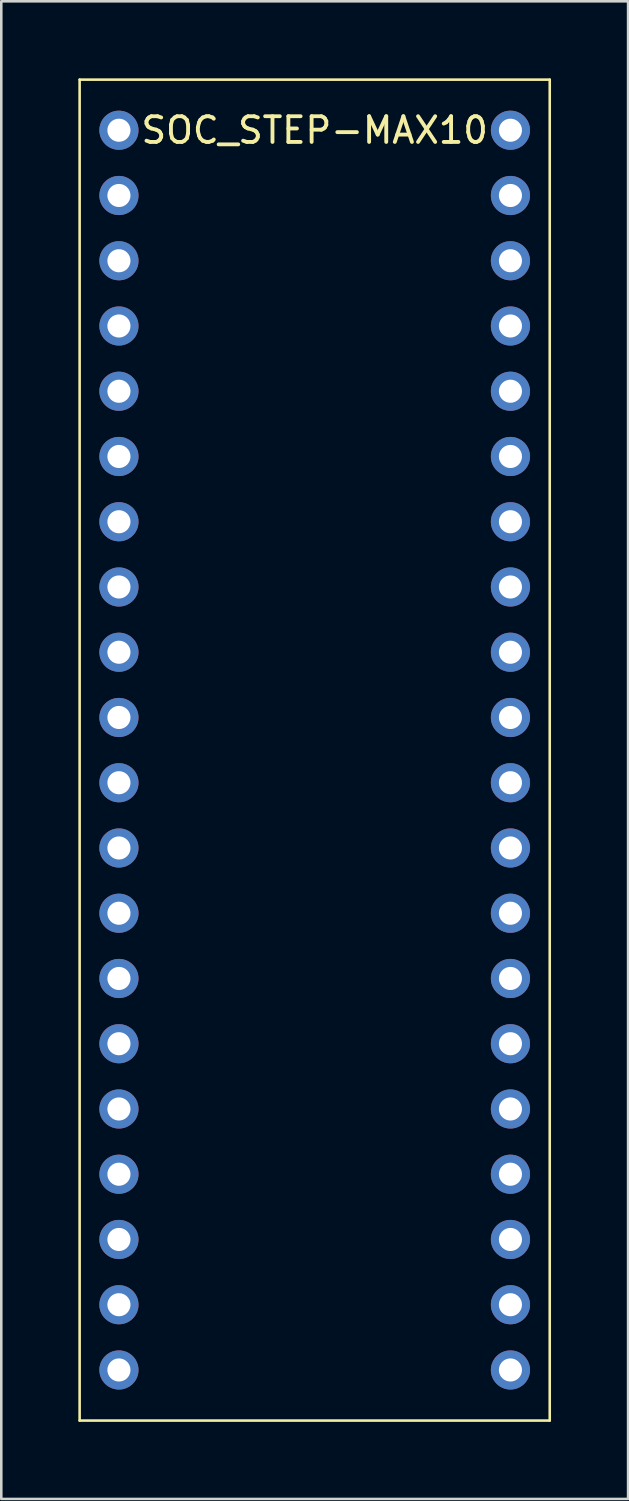
<source format=kicad_pcb>
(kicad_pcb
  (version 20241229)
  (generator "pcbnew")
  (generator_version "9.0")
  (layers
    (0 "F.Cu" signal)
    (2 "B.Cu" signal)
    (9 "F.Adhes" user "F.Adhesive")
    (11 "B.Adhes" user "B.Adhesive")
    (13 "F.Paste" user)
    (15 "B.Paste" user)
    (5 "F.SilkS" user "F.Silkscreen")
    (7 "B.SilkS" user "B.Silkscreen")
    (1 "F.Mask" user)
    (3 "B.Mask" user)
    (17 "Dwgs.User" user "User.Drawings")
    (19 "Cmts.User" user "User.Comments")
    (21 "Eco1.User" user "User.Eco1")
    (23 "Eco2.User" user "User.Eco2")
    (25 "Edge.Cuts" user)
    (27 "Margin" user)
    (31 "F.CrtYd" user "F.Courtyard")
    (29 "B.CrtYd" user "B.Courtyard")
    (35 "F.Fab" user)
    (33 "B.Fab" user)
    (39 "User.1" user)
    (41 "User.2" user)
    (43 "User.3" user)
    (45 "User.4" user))
  (footprint "SOC_STEP-MAX10"
    (layer "F.Cu")
    (at 9.2 2.02)
    (property "Reference" "SOC_STEP-MAX10" (at 0 0 0) (layer "F.SilkS") (effects (font (size 1 1) (thickness 0.15))))
    (attr through_hole)
    (fp_line (start -9.15 -1.97) (end -9.15 50.23) (stroke (width 0.1) (type solid)) (layer "F.SilkS"))
    (fp_line (start -9.15 -1.97) (end 9.15 -1.97) (stroke (width 0.1) (type solid)) (layer "F.SilkS"))
    (fp_line (start -9.15 50.23) (end 9.15 50.23) (stroke (width 0.1) (type solid)) (layer "F.SilkS"))
    (fp_line (start 9.15 -1.97) (end 9.15 50.23) (stroke (width 0.1) (type solid)) (layer "F.SilkS"))
    (pad "1" thru_hole circle (at -7.62 0) (size 1.524 1.524) (drill 0.9) (layers "*.Cu" "*.Mask"))
    (pad "2" thru_hole circle (at -7.62 2.54) (size 1.524 1.524) (drill 0.9) (layers "*.Cu" "*.Mask"))
    (pad "3" thru_hole circle (at -7.62 5.08) (size 1.524 1.524) (drill 0.9) (layers "*.Cu" "*.Mask"))
    (pad "4" thru_hole circle (at -7.62 7.62) (size 1.524 1.524) (drill 0.9) (layers "*.Cu" "*.Mask"))
    (pad "5" thru_hole circle (at -7.62 10.16) (size 1.524 1.524) (drill 0.9) (layers "*.Cu" "*.Mask"))
    (pad "6" thru_hole circle (at -7.62 12.7) (size 1.524 1.524) (drill 0.9) (layers "*.Cu" "*.Mask"))
    (pad "7" thru_hole circle (at -7.62 15.24) (size 1.524 1.524) (drill 0.9) (layers "*.Cu" "*.Mask"))
    (pad "8" thru_hole circle (at -7.62 17.78) (size 1.524 1.524) (drill 0.9) (layers "*.Cu" "*.Mask"))
    (pad "9" thru_hole circle (at -7.62 20.32) (size 1.524 1.524) (drill 0.9) (layers "*.Cu" "*.Mask"))
    (pad "10" thru_hole circle (at -7.62 22.86) (size 1.524 1.524) (drill 0.9) (layers "*.Cu" "*.Mask"))
    (pad "11" thru_hole circle (at -7.62 25.4) (size 1.524 1.524) (drill 0.9) (layers "*.Cu" "*.Mask"))
    (pad "12" thru_hole circle (at -7.62 27.94) (size 1.524 1.524) (drill 0.9) (layers "*.Cu" "*.Mask"))
    (pad "13" thru_hole circle (at -7.62 30.48) (size 1.524 1.524) (drill 0.9) (layers "*.Cu" "*.Mask"))
    (pad "14" thru_hole circle (at -7.62 33.02) (size 1.524 1.524) (drill 0.9) (layers "*.Cu" "*.Mask"))
    (pad "15" thru_hole circle (at -7.62 35.56) (size 1.524 1.524) (drill 0.9) (layers "*.Cu" "*.Mask"))
    (pad "16" thru_hole circle (at -7.62 38.1) (size 1.524 1.524) (drill 0.9) (layers "*.Cu" "*.Mask"))
    (pad "17" thru_hole circle (at -7.62 40.64) (size 1.524 1.524) (drill 0.9) (layers "*.Cu" "*.Mask"))
    (pad "18" thru_hole circle (at -7.62 43.18) (size 1.524 1.524) (drill 0.9) (layers "*.Cu" "*.Mask"))
    (pad "19" thru_hole circle (at -7.62 45.72) (size 1.524 1.524) (drill 0.9) (layers "*.Cu" "*.Mask"))
    (pad "20" thru_hole circle (at -7.62 48.26) (size 1.524 1.524) (drill 0.9) (layers "*.Cu" "*.Mask"))
    (pad "21" thru_hole circle (at 7.62 48.26) (size 1.524 1.524) (drill 0.9) (layers "*.Cu" "*.Mask"))
    (pad "22" thru_hole circle (at 7.62 45.72) (size 1.524 1.524) (drill 0.9) (layers "*.Cu" "*.Mask"))
    (pad "23" thru_hole circle (at 7.62 43.18) (size 1.524 1.524) (drill 0.9) (layers "*.Cu" "*.Mask"))
    (pad "24" thru_hole circle (at 7.62 40.64) (size 1.524 1.524) (drill 0.9) (layers "*.Cu" "*.Mask"))
    (pad "25" thru_hole circle (at 7.62 38.1) (size 1.524 1.524) (drill 0.9) (layers "*.Cu" "*.Mask"))
    (pad "26" thru_hole circle (at 7.62 35.56) (size 1.524 1.524) (drill 0.9) (layers "*.Cu" "*.Mask"))
    (pad "27" thru_hole circle (at 7.62 33.02) (size 1.524 1.524) (drill 0.9) (layers "*.Cu" "*.Mask"))
    (pad "28" thru_hole circle (at 7.62 30.48) (size 1.524 1.524) (drill 0.9) (layers "*.Cu" "*.Mask"))
    (pad "29" thru_hole circle (at 7.62 27.94) (size 1.524 1.524) (drill 0.9) (layers "*.Cu" "*.Mask"))
    (pad "30" thru_hole circle (at 7.62 25.4) (size 1.524 1.524) (drill 0.9) (layers "*.Cu" "*.Mask"))
    (pad "31" thru_hole circle (at 7.62 22.86) (size 1.524 1.524) (drill 0.9) (layers "*.Cu" "*.Mask"))
    (pad "32" thru_hole circle (at 7.62 20.32) (size 1.524 1.524) (drill 0.9) (layers "*.Cu" "*.Mask"))
    (pad "33" thru_hole circle (at 7.62 17.78) (size 1.524 1.524) (drill 0.9) (layers "*.Cu" "*.Mask"))
    (pad "34" thru_hole circle (at 7.62 15.24) (size 1.524 1.524) (drill 0.9) (layers "*.Cu" "*.Mask"))
    (pad "35" thru_hole circle (at 7.62 12.7) (size 1.524 1.524) (drill 0.9) (layers "*.Cu" "*.Mask"))
    (pad "36" thru_hole circle (at 7.62 10.16) (size 1.524 1.524) (drill 0.9) (layers "*.Cu" "*.Mask"))
    (pad "37" thru_hole circle (at 7.62 7.62) (size 1.524 1.524) (drill 0.9) (layers "*.Cu" "*.Mask"))
    (pad "38" thru_hole circle (at 7.62 5.08) (size 1.524 1.524) (drill 0.9) (layers "*.Cu" "*.Mask"))
    (pad "39" thru_hole circle (at 7.62 2.54) (size 1.524 1.524) (drill 0.9) (layers "*.Cu" "*.Mask"))
    (pad "40" thru_hole circle (at 7.62 0) (size 1.524 1.524) (drill 0.9) (layers "*.Cu" "*.Mask")))
  (gr_rect
    (start -3 -3)
    (end 21.4 55.3)
    (stroke (width 0.1) (type default))
    (fill no)
    (layer "Edge.Cuts")))
</source>
